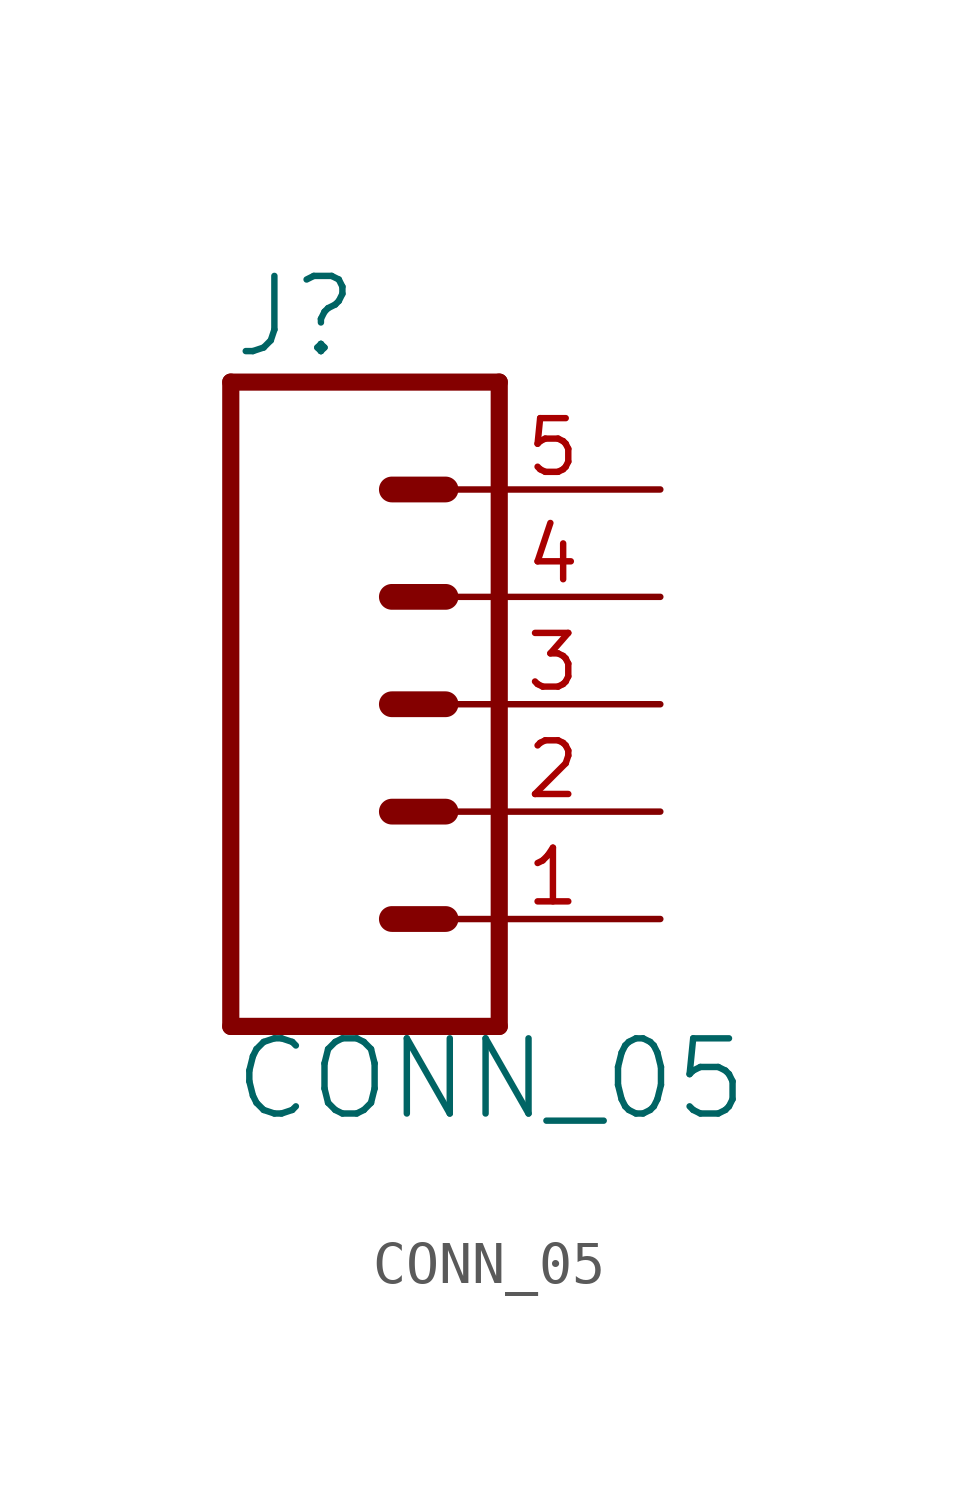
<source format=kicad_sym>
(kicad_symbol_lib
  (version 20211014)
  (generator kicad_symbol_editor)
  (symbol "CONN_05"
    (property "Reference" "J"
      (at -2.54 8.128 0)
      (effects (font (size 1.778 1.778)) (justify left bottom)))
    (property "Value" "CONN_05"
      (at -2.54 -9.906 0)
      (effects (font (size 1.778 1.778)) (justify left bottom)))
    (property "ki_locked" ""
      (at 0 0 0)
      (effects (font (size 1.27 1.27))))
    (symbol "CONN_05_1_0"
      (polyline (pts (xy -2.54 7.62) (xy -2.54 -7.62)) (stroke (width 0.406) (type default) (color 0 0 0 0)) (fill (type none)))
      (polyline (pts (xy -2.54 7.62) (xy 3.81 7.62)) (stroke (width 0.406) (type default) (color 0 0 0 0)) (fill (type none)))
      (polyline (pts (xy 1.27 -5.08) (xy 2.54 -5.08)) (stroke (width 0.61) (type default) (color 0 0 0 0)) (fill (type none)))
      (polyline (pts (xy 1.27 -2.54) (xy 2.54 -2.54)) (stroke (width 0.61) (type default) (color 0 0 0 0)) (fill (type none)))
      (polyline (pts (xy 1.27 0) (xy 2.54 0)) (stroke (width 0.61) (type default) (color 0 0 0 0)) (fill (type none)))
      (polyline (pts (xy 1.27 2.54) (xy 2.54 2.54)) (stroke (width 0.61) (type default) (color 0 0 0 0)) (fill (type none)))
      (polyline (pts (xy 1.27 5.08) (xy 2.54 5.08)) (stroke (width 0.61) (type default) (color 0 0 0 0)) (fill (type none)))
      (polyline (pts (xy 3.81 -7.62) (xy -2.54 -7.62)) (stroke (width 0.406) (type default) (color 0 0 0 0)) (fill (type none)))
      (polyline (pts (xy 3.81 -7.62) (xy 3.81 7.62)) (stroke (width 0.406) (type default) (color 0 0 0 0)) (fill (type none)))
      (pin passive line (at 7.62 -5.08 180) (length 5.08) (name "1" (effects (font (size 0 0)))) (number "1" (effects (font (size 1.27 1.27)))))
      (pin passive line (at 7.62 -2.54 180) (length 5.08) (name "2" (effects (font (size 0 0)))) (number "2" (effects (font (size 1.27 1.27)))))
      (pin passive line (at 7.62 0 180) (length 5.08) (name "3" (effects (font (size 0 0)))) (number "3" (effects (font (size 1.27 1.27)))))
      (pin passive line (at 7.62 2.54 180) (length 5.08) (name "4" (effects (font (size 0 0)))) (number "4" (effects (font (size 1.27 1.27)))))
      (pin passive line (at 7.62 5.08 180) (length 5.08) (name "5" (effects (font (size 0 0)))) (number "5" (effects (font (size 1.27 1.27))))))))
</source>
